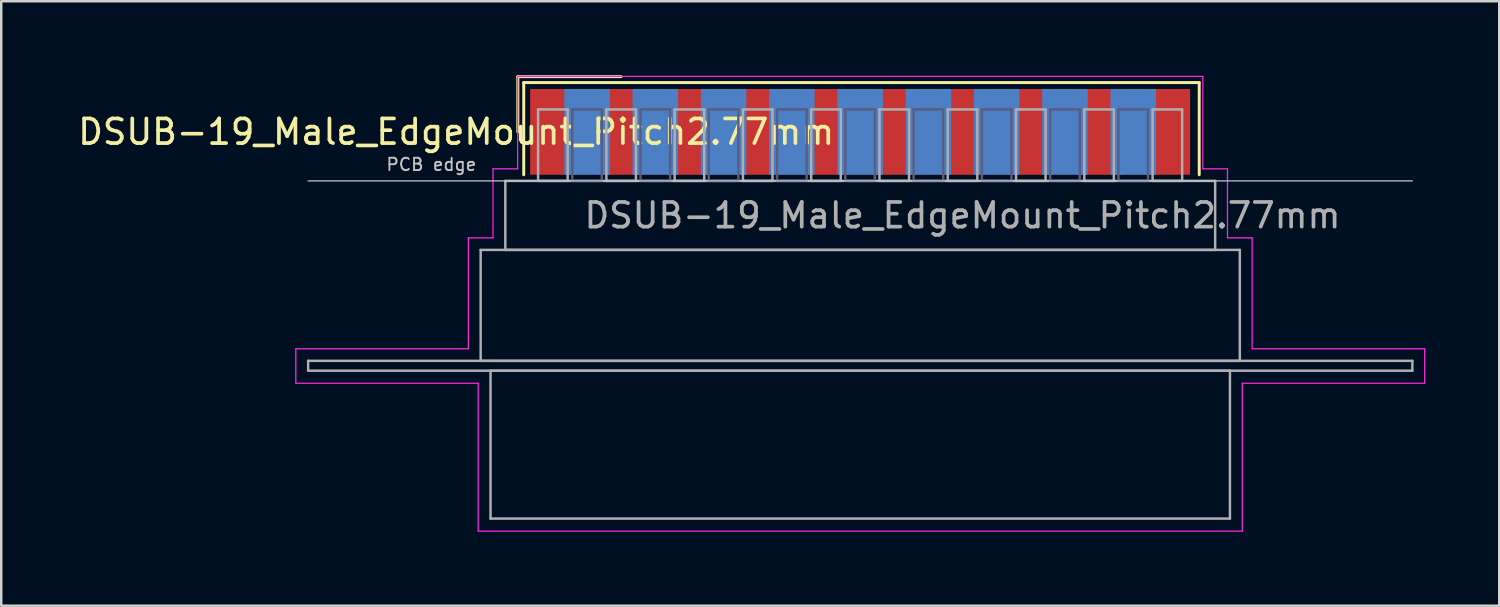
<source format=kicad_pcb>
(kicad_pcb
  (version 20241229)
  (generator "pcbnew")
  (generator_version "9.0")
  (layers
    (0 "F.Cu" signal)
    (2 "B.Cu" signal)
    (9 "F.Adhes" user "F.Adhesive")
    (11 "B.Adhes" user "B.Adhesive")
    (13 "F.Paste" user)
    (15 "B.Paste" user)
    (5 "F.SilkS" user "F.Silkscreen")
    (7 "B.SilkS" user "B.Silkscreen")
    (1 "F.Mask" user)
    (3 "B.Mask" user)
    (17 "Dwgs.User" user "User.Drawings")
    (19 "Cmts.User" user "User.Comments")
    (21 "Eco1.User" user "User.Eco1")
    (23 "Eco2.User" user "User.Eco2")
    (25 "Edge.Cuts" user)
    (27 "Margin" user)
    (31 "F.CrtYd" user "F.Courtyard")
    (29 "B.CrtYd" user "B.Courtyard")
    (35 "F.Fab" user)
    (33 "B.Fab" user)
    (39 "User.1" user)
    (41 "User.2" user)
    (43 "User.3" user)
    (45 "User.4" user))
  (footprint "DSUB-19_Male_EdgeMount_Pitch2.77mm"
    (layer "F.Cu")
    (at 31.852 2.3)
    (property "Reference" "DSUB-19_Male_EdgeMount_Pitch2.77mm" (at -16.393 0 0) (layer "F.SilkS") (effects (font (size 1 1) (thickness 0.15))))
    (attr smd)
    (fp_line (start -13.893 -2.24) (end -9.7 -2.24) (stroke (width 0.12) (type solid)) (layer "F.SilkS"))
    (fp_line (start -13.893 0) (end -13.893 -2.24) (stroke (width 0.12) (type solid)) (layer "F.SilkS"))
    (fp_line (start -13.653 -2) (end -13.653 1.74) (stroke (width 0.12) (type solid)) (layer "F.SilkS"))
    (fp_line (start 13.753 -2) (end -13.653 -2) (stroke (width 0.12) (type solid)) (layer "F.SilkS"))
    (fp_line (start 13.753 1.74) (end 13.753 -2) (stroke (width 0.12) (type solid)) (layer "F.SilkS"))
    (fp_line (start -22.4 1.99) (end 22.4 1.99) (stroke (width 0.05) (type solid)) (layer "Dwgs.User"))
    (fp_line (start -22.9 8.8) (end -15.9 8.8) (stroke (width 0.05) (type solid)) (layer "F.CrtYd"))
    (fp_line (start -22.9 10.2) (end -22.9 8.8) (stroke (width 0.05) (type solid)) (layer "F.CrtYd"))
    (fp_line (start -15.9 4.3) (end -14.9 4.3) (stroke (width 0.05) (type solid)) (layer "F.CrtYd"))
    (fp_line (start -15.9 8.8) (end -15.9 4.3) (stroke (width 0.05) (type solid)) (layer "F.CrtYd"))
    (fp_line (start -15.5 10.2) (end -22.9 10.2) (stroke (width 0.05) (type solid)) (layer "F.CrtYd"))
    (fp_line (start -15.5 16.2) (end -15.5 10.2) (stroke (width 0.05) (type solid)) (layer "F.CrtYd"))
    (fp_line (start -14.9 1.5) (end -13.9 1.5) (stroke (width 0.05) (type solid)) (layer "F.CrtYd"))
    (fp_line (start -14.9 4.3) (end -14.9 1.5) (stroke (width 0.05) (type solid)) (layer "F.CrtYd"))
    (fp_line (start -13.9 -2.25) (end 13.9 -2.25) (stroke (width 0.05) (type solid)) (layer "F.CrtYd"))
    (fp_line (start -13.9 1.5) (end -13.9 -2.25) (stroke (width 0.05) (type solid)) (layer "F.CrtYd"))
    (fp_line (start 13.9 -2.25) (end 13.9 1.5) (stroke (width 0.05) (type solid)) (layer "F.CrtYd"))
    (fp_line (start 13.9 1.5) (end 14.9 1.5) (stroke (width 0.05) (type solid)) (layer "F.CrtYd"))
    (fp_line (start 14.9 1.5) (end 14.9 4.3) (stroke (width 0.05) (type solid)) (layer "F.CrtYd"))
    (fp_line (start 14.9 4.3) (end 15.9 4.3) (stroke (width 0.05) (type solid)) (layer "F.CrtYd"))
    (fp_line (start 15.5 10.2) (end 15.5 16.2) (stroke (width 0.05) (type solid)) (layer "F.CrtYd"))
    (fp_line (start 15.5 16.2) (end -15.5 16.2) (stroke (width 0.05) (type solid)) (layer "F.CrtYd"))
    (fp_line (start 15.9 4.3) (end 15.9 8.8) (stroke (width 0.05) (type solid)) (layer "F.CrtYd"))
    (fp_line (start 15.9 8.8) (end 22.9 8.8) (stroke (width 0.05) (type solid)) (layer "F.CrtYd"))
    (fp_line (start 22.9 8.8) (end 22.9 10.2) (stroke (width 0.05) (type solid)) (layer "F.CrtYd"))
    (fp_line (start 22.9 10.2) (end 15.5 10.2) (stroke (width 0.05) (type solid)) (layer "F.CrtYd"))
    (fp_line (start -11.685 -0.91) (end -11.685 1.99) (stroke (width 0.1) (type solid)) (layer "B.Fab"))
    (fp_line (start -11.685 1.99) (end -10.485 1.99) (stroke (width 0.1) (type solid)) (layer "B.Fab"))
    (fp_line (start -10.485 -0.91) (end -11.685 -0.91) (stroke (width 0.1) (type solid)) (layer "B.Fab"))
    (fp_line (start -10.485 1.99) (end -10.485 -0.91) (stroke (width 0.1) (type solid)) (layer "B.Fab"))
    (fp_line (start -8.915 -0.91) (end -8.915 1.99) (stroke (width 0.1) (type solid)) (layer "B.Fab"))
    (fp_line (start -8.915 1.99) (end -7.715 1.99) (stroke (width 0.1) (type solid)) (layer "B.Fab"))
    (fp_line (start -7.715 -0.91) (end -8.915 -0.91) (stroke (width 0.1) (type solid)) (layer "B.Fab"))
    (fp_line (start -7.715 1.99) (end -7.715 -0.91) (stroke (width 0.1) (type solid)) (layer "B.Fab"))
    (fp_line (start -6.145 -0.91) (end -6.145 1.99) (stroke (width 0.1) (type solid)) (layer "B.Fab"))
    (fp_line (start -6.145 1.99) (end -4.945 1.99) (stroke (width 0.1) (type solid)) (layer "B.Fab"))
    (fp_line (start -4.945 -0.91) (end -6.145 -0.91) (stroke (width 0.1) (type solid)) (layer "B.Fab"))
    (fp_line (start -4.945 1.99) (end -4.945 -0.91) (stroke (width 0.1) (type solid)) (layer "B.Fab"))
    (fp_line (start -3.375 -0.91) (end -3.375 1.99) (stroke (width 0.1) (type solid)) (layer "B.Fab"))
    (fp_line (start -3.375 1.99) (end -2.175 1.99) (stroke (width 0.1) (type solid)) (layer "B.Fab"))
    (fp_line (start -2.175 -0.91) (end -3.375 -0.91) (stroke (width 0.1) (type solid)) (layer "B.Fab"))
    (fp_line (start -2.175 1.99) (end -2.175 -0.91) (stroke (width 0.1) (type solid)) (layer "B.Fab"))
    (fp_line (start -0.605 -0.91) (end -0.605 1.99) (stroke (width 0.1) (type solid)) (layer "B.Fab"))
    (fp_line (start -0.605 1.99) (end 0.595 1.99) (stroke (width 0.1) (type solid)) (layer "B.Fab"))
    (fp_line (start 0.595 -0.91) (end -0.605 -0.91) (stroke (width 0.1) (type solid)) (layer "B.Fab"))
    (fp_line (start 0.595 1.99) (end 0.595 -0.91) (stroke (width 0.1) (type solid)) (layer "B.Fab"))
    (fp_line (start 2.165 -0.91) (end 2.165 1.99) (stroke (width 0.1) (type solid)) (layer "B.Fab"))
    (fp_line (start 2.165 1.99) (end 3.365 1.99) (stroke (width 0.1) (type solid)) (layer "B.Fab"))
    (fp_line (start 3.365 -0.91) (end 2.165 -0.91) (stroke (width 0.1) (type solid)) (layer "B.Fab"))
    (fp_line (start 3.365 1.99) (end 3.365 -0.91) (stroke (width 0.1) (type solid)) (layer "B.Fab"))
    (fp_line (start 4.935 -0.91) (end 4.935 1.99) (stroke (width 0.1) (type solid)) (layer "B.Fab"))
    (fp_line (start 4.935 1.99) (end 6.135 1.99) (stroke (width 0.1) (type solid)) (layer "B.Fab"))
    (fp_line (start 6.135 -0.91) (end 4.935 -0.91) (stroke (width 0.1) (type solid)) (layer "B.Fab"))
    (fp_line (start 6.135 1.99) (end 6.135 -0.91) (stroke (width 0.1) (type solid)) (layer "B.Fab"))
    (fp_line (start 7.705 -0.91) (end 7.705 1.99) (stroke (width 0.1) (type solid)) (layer "B.Fab"))
    (fp_line (start 7.705 1.99) (end 8.905 1.99) (stroke (width 0.1) (type solid)) (layer "B.Fab"))
    (fp_line (start 8.905 -0.91) (end 7.705 -0.91) (stroke (width 0.1) (type solid)) (layer "B.Fab"))
    (fp_line (start 8.905 1.99) (end 8.905 -0.91) (stroke (width 0.1) (type solid)) (layer "B.Fab"))
    (fp_line (start 10.475 -0.91) (end 10.475 1.99) (stroke (width 0.1) (type solid)) (layer "B.Fab"))
    (fp_line (start 10.475 1.99) (end 11.675 1.99) (stroke (width 0.1) (type solid)) (layer "B.Fab"))
    (fp_line (start 11.675 -0.91) (end 10.475 -0.91) (stroke (width 0.1) (type solid)) (layer "B.Fab"))
    (fp_line (start 11.675 1.99) (end 11.675 -0.91) (stroke (width 0.1) (type solid)) (layer "B.Fab"))
    (fp_line (start -22.4 9.29) (end -22.4 9.69) (stroke (width 0.1) (type solid)) (layer "F.Fab"))
    (fp_line (start -22.4 9.69) (end 22.4 9.69) (stroke (width 0.1) (type solid)) (layer "F.Fab"))
    (fp_line (start -15.4 4.79) (end -15.4 9.29) (stroke (width 0.1) (type solid)) (layer "F.Fab"))
    (fp_line (start -15.4 9.29) (end 15.4 9.29) (stroke (width 0.1) (type solid)) (layer "F.Fab"))
    (fp_line (start -15 9.69) (end -15 15.69) (stroke (width 0.1) (type solid)) (layer "F.Fab"))
    (fp_line (start -15 15.69) (end 15 15.69) (stroke (width 0.1) (type solid)) (layer "F.Fab"))
    (fp_line (start -14.4 1.99) (end -14.4 4.79) (stroke (width 0.1) (type solid)) (layer "F.Fab"))
    (fp_line (start -14.4 4.79) (end 14.4 4.79) (stroke (width 0.1) (type solid)) (layer "F.Fab"))
    (fp_line (start -13.07 -0.91) (end -13.07 1.99) (stroke (width 0.1) (type solid)) (layer "F.Fab"))
    (fp_line (start -13.07 1.99) (end -11.87 1.99) (stroke (width 0.1) (type solid)) (layer "F.Fab"))
    (fp_line (start -11.87 -0.91) (end -13.07 -0.91) (stroke (width 0.1) (type solid)) (layer "F.Fab"))
    (fp_line (start -11.87 1.99) (end -11.87 -0.91) (stroke (width 0.1) (type solid)) (layer "F.Fab"))
    (fp_line (start -10.3 -0.91) (end -10.3 1.99) (stroke (width 0.1) (type solid)) (layer "F.Fab"))
    (fp_line (start -10.3 1.99) (end -9.1 1.99) (stroke (width 0.1) (type solid)) (layer "F.Fab"))
    (fp_line (start -9.1 -0.91) (end -10.3 -0.91) (stroke (width 0.1) (type solid)) (layer "F.Fab"))
    (fp_line (start -9.1 1.99) (end -9.1 -0.91) (stroke (width 0.1) (type solid)) (layer "F.Fab"))
    (fp_line (start -7.53 -0.91) (end -7.53 1.99) (stroke (width 0.1) (type solid)) (layer "F.Fab"))
    (fp_line (start -7.53 1.99) (end -6.33 1.99) (stroke (width 0.1) (type solid)) (layer "F.Fab"))
    (fp_line (start -6.33 -0.91) (end -7.53 -0.91) (stroke (width 0.1) (type solid)) (layer "F.Fab"))
    (fp_line (start -6.33 1.99) (end -6.33 -0.91) (stroke (width 0.1) (type solid)) (layer "F.Fab"))
    (fp_line (start -4.76 -0.91) (end -4.76 1.99) (stroke (width 0.1) (type solid)) (layer "F.Fab"))
    (fp_line (start -4.76 1.99) (end -3.56 1.99) (stroke (width 0.1) (type solid)) (layer "F.Fab"))
    (fp_line (start -3.56 -0.91) (end -4.76 -0.91) (stroke (width 0.1) (type solid)) (layer "F.Fab"))
    (fp_line (start -3.56 1.99) (end -3.56 -0.91) (stroke (width 0.1) (type solid)) (layer "F.Fab"))
    (fp_line (start -1.99 -0.91) (end -1.99 1.99) (stroke (width 0.1) (type solid)) (layer "F.Fab"))
    (fp_line (start -1.99 1.99) (end -0.79 1.99) (stroke (width 0.1) (type solid)) (layer "F.Fab"))
    (fp_line (start -0.79 -0.91) (end -1.99 -0.91) (stroke (width 0.1) (type solid)) (layer "F.Fab"))
    (fp_line (start -0.79 1.99) (end -0.79 -0.91) (stroke (width 0.1) (type solid)) (layer "F.Fab"))
    (fp_line (start 0.78 -0.91) (end 0.78 1.99) (stroke (width 0.1) (type solid)) (layer "F.Fab"))
    (fp_line (start 0.78 1.99) (end 1.98 1.99) (stroke (width 0.1) (type solid)) (layer "F.Fab"))
    (fp_line (start 1.98 -0.91) (end 0.78 -0.91) (stroke (width 0.1) (type solid)) (layer "F.Fab"))
    (fp_line (start 1.98 1.99) (end 1.98 -0.91) (stroke (width 0.1) (type solid)) (layer "F.Fab"))
    (fp_line (start 3.55 -0.91) (end 3.55 1.99) (stroke (width 0.1) (type solid)) (layer "F.Fab"))
    (fp_line (start 3.55 1.99) (end 4.75 1.99) (stroke (width 0.1) (type solid)) (layer "F.Fab"))
    (fp_line (start 4.75 -0.91) (end 3.55 -0.91) (stroke (width 0.1) (type solid)) (layer "F.Fab"))
    (fp_line (start 4.75 1.99) (end 4.75 -0.91) (stroke (width 0.1) (type solid)) (layer "F.Fab"))
    (fp_line (start 6.32 -0.91) (end 6.32 1.99) (stroke (width 0.1) (type solid)) (layer "F.Fab"))
    (fp_line (start 6.32 1.99) (end 7.52 1.99) (stroke (width 0.1) (type solid)) (layer "F.Fab"))
    (fp_line (start 7.52 -0.91) (end 6.32 -0.91) (stroke (width 0.1) (type solid)) (layer "F.Fab"))
    (fp_line (start 7.52 1.99) (end 7.52 -0.91) (stroke (width 0.1) (type solid)) (layer "F.Fab"))
    (fp_line (start 9.09 -0.91) (end 9.09 1.99) (stroke (width 0.1) (type solid)) (layer "F.Fab"))
    (fp_line (start 9.09 1.99) (end 10.29 1.99) (stroke (width 0.1) (type solid)) (layer "F.Fab"))
    (fp_line (start 10.29 -0.91) (end 9.09 -0.91) (stroke (width 0.1) (type solid)) (layer "F.Fab"))
    (fp_line (start 10.29 1.99) (end 10.29 -0.91) (stroke (width 0.1) (type solid)) (layer "F.Fab"))
    (fp_line (start 11.86 -0.91) (end 11.86 1.99) (stroke (width 0.1) (type solid)) (layer "F.Fab"))
    (fp_line (start 11.86 1.99) (end 13.06 1.99) (stroke (width 0.1) (type solid)) (layer "F.Fab"))
    (fp_line (start 13.06 -0.91) (end 11.86 -0.91) (stroke (width 0.1) (type solid)) (layer "F.Fab"))
    (fp_line (start 13.06 1.99) (end 13.06 -0.91) (stroke (width 0.1) (type solid)) (layer "F.Fab"))
    (fp_line (start 14.4 1.99) (end -14.4 1.99) (stroke (width 0.1) (type solid)) (layer "F.Fab"))
    (fp_line (start 14.4 4.79) (end 14.4 1.99) (stroke (width 0.1) (type solid)) (layer "F.Fab"))
    (fp_line (start 15 9.69) (end -15 9.69) (stroke (width 0.1) (type solid)) (layer "F.Fab"))
    (fp_line (start 15 15.69) (end 15 9.69) (stroke (width 0.1) (type solid)) (layer "F.Fab"))
    (fp_line (start 15.4 4.79) (end -15.4 4.79) (stroke (width 0.1) (type solid)) (layer "F.Fab"))
    (fp_line (start 15.4 9.29) (end 15.4 4.79) (stroke (width 0.1) (type solid)) (layer "F.Fab"))
    (fp_line (start 22.4 9.29) (end -22.4 9.29) (stroke (width 0.1) (type solid)) (layer "F.Fab"))
    (fp_line (start 22.4 9.69) (end 22.4 9.29) (stroke (width 0.1) (type solid)) (layer "F.Fab"))
    (fp_text user "PCB edge" (at -17.4 1.323 0) (layer "Dwgs.User") (effects (font (size 0.5 0.5) (thickness 0.075))))
    (fp_text user "${REFERENCE}" (at 4.15 3.39 0) (layer "F.Fab") (effects (font (size 1 1) (thickness 0.15))))
    (pad "1" smd rect (at -12.47 0) (size 1.847 3.48) (layers "F.Cu" "F.Mask" "F.Paste"))
    (pad "2" smd rect (at -9.7 0) (size 1.847 3.48) (layers "F.Cu" "F.Mask" "F.Paste"))
    (pad "3" smd rect (at -6.93 0) (size 1.847 3.48) (layers "F.Cu" "F.Mask" "F.Paste"))
    (pad "4" smd rect (at -4.16 0) (size 1.847 3.48) (layers "F.Cu" "F.Mask" "F.Paste"))
    (pad "5" smd rect (at -1.39 0) (size 1.847 3.48) (layers "F.Cu" "F.Mask" "F.Paste"))
    (pad "6" smd rect (at 1.38 0) (size 1.847 3.48) (layers "F.Cu" "F.Mask" "F.Paste"))
    (pad "7" smd rect (at 4.15 0) (size 1.847 3.48) (layers "F.Cu" "F.Mask" "F.Paste"))
    (pad "8" smd rect (at 6.92 0) (size 1.847 3.48) (layers "F.Cu" "F.Mask" "F.Paste"))
    (pad "9" smd rect (at 9.69 0) (size 1.847 3.48) (layers "F.Cu" "F.Mask" "F.Paste"))
    (pad "10" smd rect (at 12.46 0) (size 1.847 3.48) (layers "F.Cu" "F.Mask" "F.Paste"))
    (pad "11" smd rect (at -11.085 0) (size 1.847 3.48) (layers "B.Cu" "B.Mask" "B.Paste"))
    (pad "12" smd rect (at -8.315 0) (size 1.847 3.48) (layers "B.Cu" "B.Mask" "B.Paste"))
    (pad "13" smd rect (at -5.545 0) (size 1.847 3.48) (layers "B.Cu" "B.Mask" "B.Paste"))
    (pad "14" smd rect (at -2.775 0) (size 1.847 3.48) (layers "B.Cu" "B.Mask" "B.Paste"))
    (pad "15" smd rect (at -0.005 0) (size 1.847 3.48) (layers "B.Cu" "B.Mask" "B.Paste"))
    (pad "16" smd rect (at 2.765 0) (size 1.847 3.48) (layers "B.Cu" "B.Mask" "B.Paste"))
    (pad "17" smd rect (at 5.535 0) (size 1.847 3.48) (layers "B.Cu" "B.Mask" "B.Paste"))
    (pad "18" smd rect (at 8.305 0) (size 1.847 3.48) (layers "B.Cu" "B.Mask" "B.Paste"))
    (pad "19" smd rect (at 11.075 0) (size 1.847 3.48) (layers "B.Cu" "B.Mask" "B.Paste")))
  (gr_rect
    (start -3 -3)
    (end 57.777 21.525)
    (stroke (width 0.1) (type default))
    (fill no)
    (layer "Edge.Cuts")))
</source>
